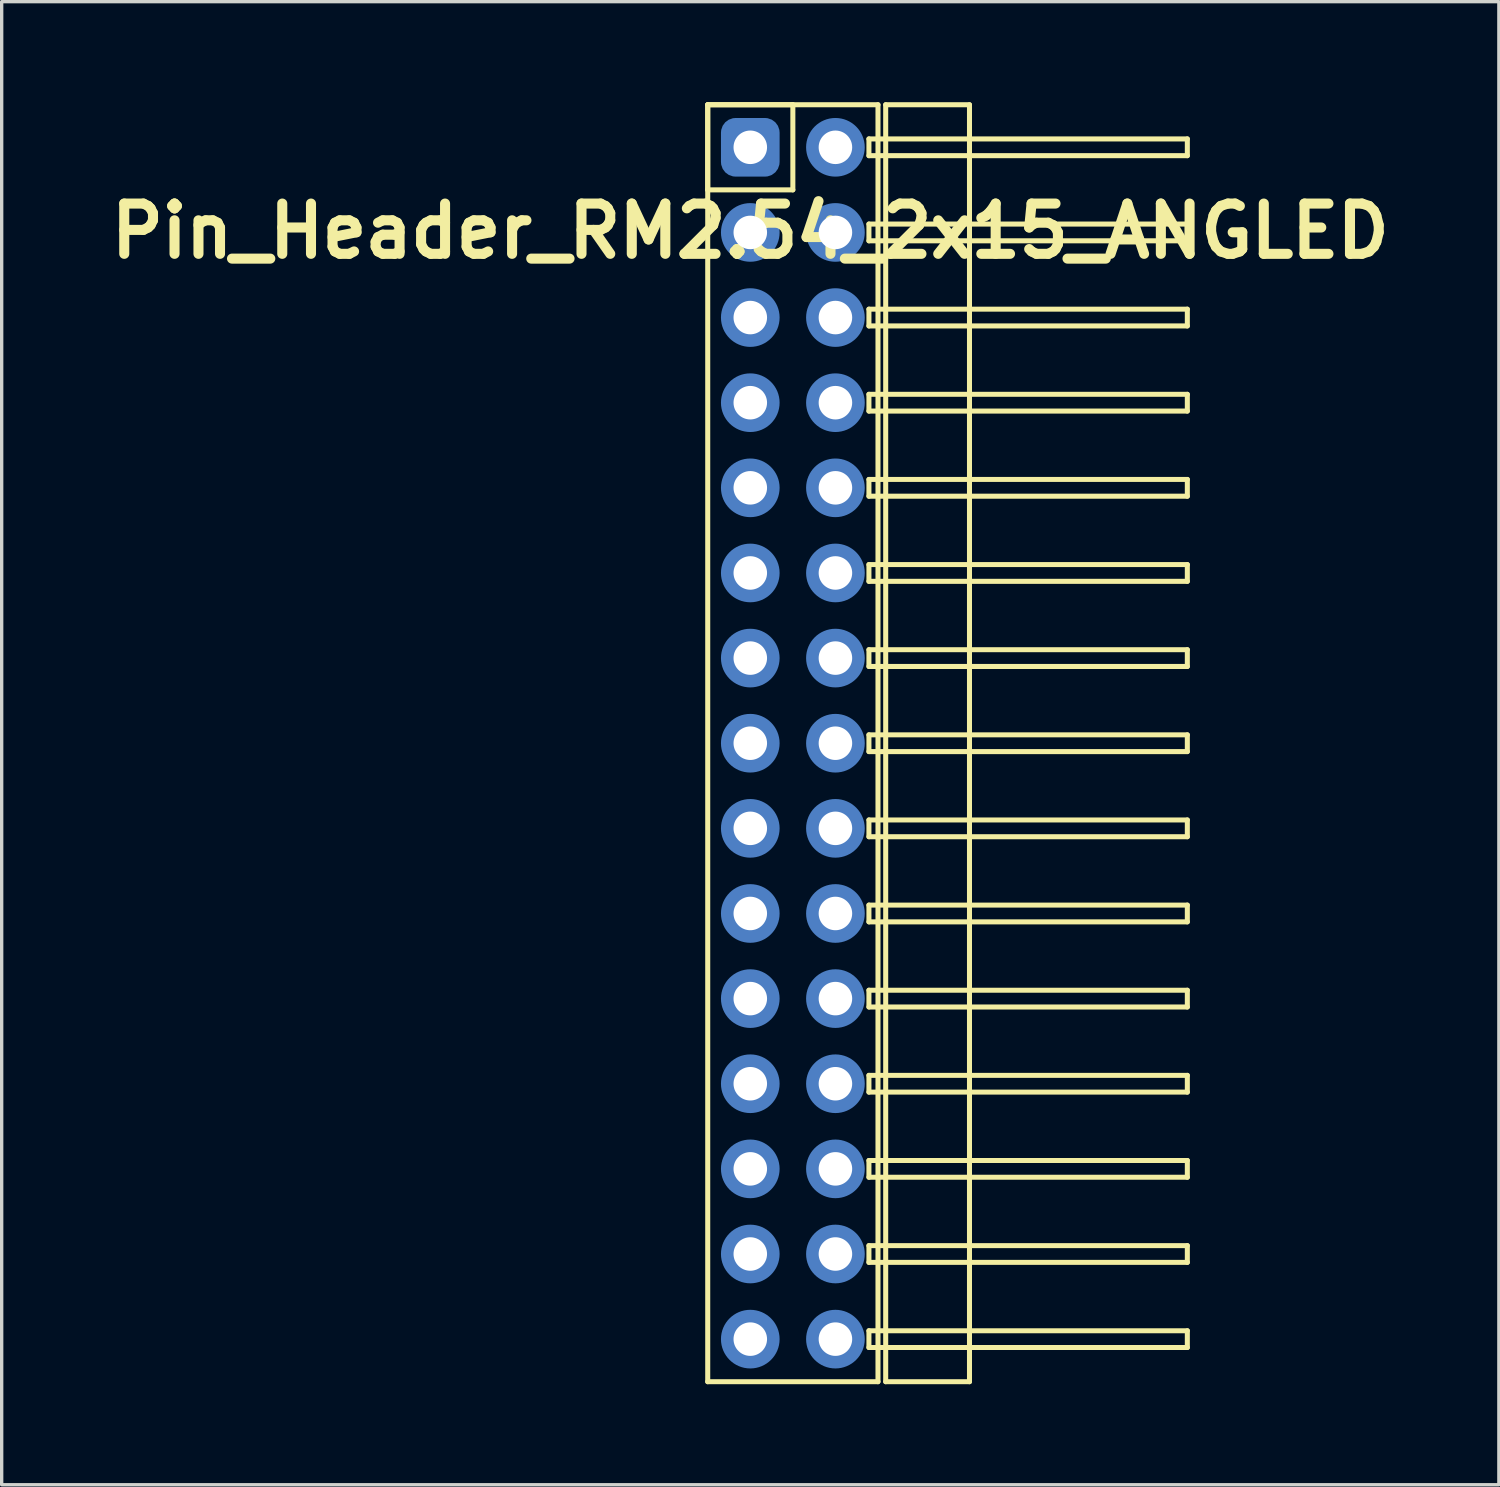
<source format=kicad_pcb>
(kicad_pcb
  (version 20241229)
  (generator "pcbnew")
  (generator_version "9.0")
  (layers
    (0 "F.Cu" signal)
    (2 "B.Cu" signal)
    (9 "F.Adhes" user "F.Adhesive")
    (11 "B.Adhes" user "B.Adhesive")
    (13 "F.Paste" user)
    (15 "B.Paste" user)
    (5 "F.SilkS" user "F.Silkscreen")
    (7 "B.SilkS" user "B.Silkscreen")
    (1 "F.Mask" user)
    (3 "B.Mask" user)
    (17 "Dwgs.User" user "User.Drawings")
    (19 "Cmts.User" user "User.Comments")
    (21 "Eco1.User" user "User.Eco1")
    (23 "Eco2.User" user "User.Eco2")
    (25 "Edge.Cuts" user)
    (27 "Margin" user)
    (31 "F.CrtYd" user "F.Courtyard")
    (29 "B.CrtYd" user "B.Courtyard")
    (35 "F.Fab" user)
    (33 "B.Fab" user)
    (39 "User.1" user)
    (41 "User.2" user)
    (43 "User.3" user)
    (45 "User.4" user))
  (footprint "Pin_Header_RM2.54_2x15_ANGLED"
    (layer "F.Cu")
    (at 19.336 1.345)
    (property "Reference" "Pin_Header_RM2.54_2x15_ANGLED" (at 0 2.5 0) (layer "F.SilkS") (effects (font (size 1.5 1.5) (thickness 0.3))))
    (attr through_hole)
    (fp_line (start -1.27 -1.27) (end 1.27 -1.27) (stroke (width 0.15) (type solid)) (layer "F.SilkS"))
    (fp_line (start -1.27 -1.27) (end 3.81 -1.27) (stroke (width 0.15) (type solid)) (layer "F.SilkS"))
    (fp_line (start -1.27 1.27) (end -1.27 -1.27) (stroke (width 0.15) (type solid)) (layer "F.SilkS"))
    (fp_line (start -1.27 36.83) (end -1.27 -1.27) (stroke (width 0.15) (type solid)) (layer "F.SilkS"))
    (fp_line (start 1.27 -1.27) (end 1.27 1.27) (stroke (width 0.15) (type solid)) (layer "F.SilkS"))
    (fp_line (start 1.27 1.27) (end -1.27 1.27) (stroke (width 0.15) (type solid)) (layer "F.SilkS"))
    (fp_line (start 3.54 -0.25) (end 13.04 -0.25) (stroke (width 0.15) (type solid)) (layer "F.SilkS"))
    (fp_line (start 3.54 0.25) (end 3.54 -0.25) (stroke (width 0.15) (type solid)) (layer "F.SilkS"))
    (fp_line (start 3.54 2.29) (end 13.04 2.29) (stroke (width 0.15) (type solid)) (layer "F.SilkS"))
    (fp_line (start 3.54 2.79) (end 3.54 2.29) (stroke (width 0.15) (type solid)) (layer "F.SilkS"))
    (fp_line (start 3.54 4.83) (end 13.04 4.83) (stroke (width 0.15) (type solid)) (layer "F.SilkS"))
    (fp_line (start 3.54 5.33) (end 3.54 4.83) (stroke (width 0.15) (type solid)) (layer "F.SilkS"))
    (fp_line (start 3.54 7.37) (end 13.04 7.37) (stroke (width 0.15) (type solid)) (layer "F.SilkS"))
    (fp_line (start 3.54 7.87) (end 3.54 7.37) (stroke (width 0.15) (type solid)) (layer "F.SilkS"))
    (fp_line (start 3.54 9.91) (end 13.04 9.91) (stroke (width 0.15) (type solid)) (layer "F.SilkS"))
    (fp_line (start 3.54 10.41) (end 3.54 9.91) (stroke (width 0.15) (type solid)) (layer "F.SilkS"))
    (fp_line (start 3.54 12.45) (end 13.04 12.45) (stroke (width 0.15) (type solid)) (layer "F.SilkS"))
    (fp_line (start 3.54 12.95) (end 3.54 12.45) (stroke (width 0.15) (type solid)) (layer "F.SilkS"))
    (fp_line (start 3.54 14.99) (end 13.04 14.99) (stroke (width 0.15) (type solid)) (layer "F.SilkS"))
    (fp_line (start 3.54 15.49) (end 3.54 14.99) (stroke (width 0.15) (type solid)) (layer "F.SilkS"))
    (fp_line (start 3.54 17.53) (end 13.04 17.53) (stroke (width 0.15) (type solid)) (layer "F.SilkS"))
    (fp_line (start 3.54 18.03) (end 3.54 17.53) (stroke (width 0.15) (type solid)) (layer "F.SilkS"))
    (fp_line (start 3.54 20.07) (end 13.04 20.07) (stroke (width 0.15) (type solid)) (layer "F.SilkS"))
    (fp_line (start 3.54 20.57) (end 3.54 20.07) (stroke (width 0.15) (type solid)) (layer "F.SilkS"))
    (fp_line (start 3.54 22.61) (end 13.04 22.61) (stroke (width 0.15) (type solid)) (layer "F.SilkS"))
    (fp_line (start 3.54 23.11) (end 3.54 22.61) (stroke (width 0.15) (type solid)) (layer "F.SilkS"))
    (fp_line (start 3.54 25.15) (end 13.04 25.15) (stroke (width 0.15) (type solid)) (layer "F.SilkS"))
    (fp_line (start 3.54 25.65) (end 3.54 25.15) (stroke (width 0.15) (type solid)) (layer "F.SilkS"))
    (fp_line (start 3.54 27.69) (end 13.04 27.69) (stroke (width 0.15) (type solid)) (layer "F.SilkS"))
    (fp_line (start 3.54 28.19) (end 3.54 27.69) (stroke (width 0.15) (type solid)) (layer "F.SilkS"))
    (fp_line (start 3.54 30.23) (end 13.04 30.23) (stroke (width 0.15) (type solid)) (layer "F.SilkS"))
    (fp_line (start 3.54 30.73) (end 3.54 30.23) (stroke (width 0.15) (type solid)) (layer "F.SilkS"))
    (fp_line (start 3.54 32.77) (end 13.04 32.77) (stroke (width 0.15) (type solid)) (layer "F.SilkS"))
    (fp_line (start 3.54 33.27) (end 3.54 32.77) (stroke (width 0.15) (type solid)) (layer "F.SilkS"))
    (fp_line (start 3.54 35.31) (end 13.04 35.31) (stroke (width 0.15) (type solid)) (layer "F.SilkS"))
    (fp_line (start 3.54 35.81) (end 3.54 35.31) (stroke (width 0.15) (type solid)) (layer "F.SilkS"))
    (fp_line (start 3.81 -1.27) (end 3.81 36.83) (stroke (width 0.15) (type solid)) (layer "F.SilkS"))
    (fp_line (start 3.81 36.83) (end -1.27 36.83) (stroke (width 0.15) (type solid)) (layer "F.SilkS"))
    (fp_line (start 4.04 -1.27) (end 6.54 -1.27) (stroke (width 0.15) (type solid)) (layer "F.SilkS"))
    (fp_line (start 4.04 36.83) (end 4.04 -1.27) (stroke (width 0.15) (type solid)) (layer "F.SilkS"))
    (fp_line (start 6.54 -1.27) (end 6.54 36.83) (stroke (width 0.15) (type solid)) (layer "F.SilkS"))
    (fp_line (start 6.54 36.83) (end 4.04 36.83) (stroke (width 0.15) (type solid)) (layer "F.SilkS"))
    (fp_line (start 13.04 -0.25) (end 13.04 0.25) (stroke (width 0.15) (type solid)) (layer "F.SilkS"))
    (fp_line (start 13.04 0.25) (end 3.54 0.25) (stroke (width 0.15) (type solid)) (layer "F.SilkS"))
    (fp_line (start 13.04 2.29) (end 13.04 2.79) (stroke (width 0.15) (type solid)) (layer "F.SilkS"))
    (fp_line (start 13.04 2.79) (end 3.54 2.79) (stroke (width 0.15) (type solid)) (layer "F.SilkS"))
    (fp_line (start 13.04 4.83) (end 13.04 5.33) (stroke (width 0.15) (type solid)) (layer "F.SilkS"))
    (fp_line (start 13.04 5.33) (end 3.54 5.33) (stroke (width 0.15) (type solid)) (layer "F.SilkS"))
    (fp_line (start 13.04 7.37) (end 13.04 7.87) (stroke (width 0.15) (type solid)) (layer "F.SilkS"))
    (fp_line (start 13.04 7.87) (end 3.54 7.87) (stroke (width 0.15) (type solid)) (layer "F.SilkS"))
    (fp_line (start 13.04 9.91) (end 13.04 10.41) (stroke (width 0.15) (type solid)) (layer "F.SilkS"))
    (fp_line (start 13.04 10.41) (end 3.54 10.41) (stroke (width 0.15) (type solid)) (layer "F.SilkS"))
    (fp_line (start 13.04 12.45) (end 13.04 12.95) (stroke (width 0.15) (type solid)) (layer "F.SilkS"))
    (fp_line (start 13.04 12.95) (end 3.54 12.95) (stroke (width 0.15) (type solid)) (layer "F.SilkS"))
    (fp_line (start 13.04 14.99) (end 13.04 15.49) (stroke (width 0.15) (type solid)) (layer "F.SilkS"))
    (fp_line (start 13.04 15.49) (end 3.54 15.49) (stroke (width 0.15) (type solid)) (layer "F.SilkS"))
    (fp_line (start 13.04 17.53) (end 13.04 18.03) (stroke (width 0.15) (type solid)) (layer "F.SilkS"))
    (fp_line (start 13.04 18.03) (end 3.54 18.03) (stroke (width 0.15) (type solid)) (layer "F.SilkS"))
    (fp_line (start 13.04 20.07) (end 13.04 20.57) (stroke (width 0.15) (type solid)) (layer "F.SilkS"))
    (fp_line (start 13.04 20.57) (end 3.54 20.57) (stroke (width 0.15) (type solid)) (layer "F.SilkS"))
    (fp_line (start 13.04 22.61) (end 13.04 23.11) (stroke (width 0.15) (type solid)) (layer "F.SilkS"))
    (fp_line (start 13.04 23.11) (end 3.54 23.11) (stroke (width 0.15) (type solid)) (layer "F.SilkS"))
    (fp_line (start 13.04 25.15) (end 13.04 25.65) (stroke (width 0.15) (type solid)) (layer "F.SilkS"))
    (fp_line (start 13.04 25.65) (end 3.54 25.65) (stroke (width 0.15) (type solid)) (layer "F.SilkS"))
    (fp_line (start 13.04 27.69) (end 13.04 28.19) (stroke (width 0.15) (type solid)) (layer "F.SilkS"))
    (fp_line (start 13.04 28.19) (end 3.54 28.19) (stroke (width 0.15) (type solid)) (layer "F.SilkS"))
    (fp_line (start 13.04 30.23) (end 13.04 30.73) (stroke (width 0.15) (type solid)) (layer "F.SilkS"))
    (fp_line (start 13.04 30.73) (end 3.54 30.73) (stroke (width 0.15) (type solid)) (layer "F.SilkS"))
    (fp_line (start 13.04 32.77) (end 13.04 33.27) (stroke (width 0.15) (type solid)) (layer "F.SilkS"))
    (fp_line (start 13.04 33.27) (end 3.54 33.27) (stroke (width 0.15) (type solid)) (layer "F.SilkS"))
    (fp_line (start 13.04 35.31) (end 13.04 35.81) (stroke (width 0.15) (type solid)) (layer "F.SilkS"))
    (fp_line (start 13.04 35.81) (end 3.54 35.81) (stroke (width 0.15) (type solid)) (layer "F.SilkS"))
    (pad "1" thru_hole circle (at 0 0) (size 1.3 1.3) (drill 1) (layers "*.Cu" "*.Mask"))
    (pad "1" smd roundrect (at 0 0) (size 1.5 1.5) (layers "F.Cu" "F.Mask") (roundrect_rratio 0.25))
    (pad "1" smd roundrect (at 0 0) (size 1.75 1.75) (layers "B.Cu" "B.Mask") (roundrect_rratio 0.25))
    (pad "2" thru_hole circle (at 2.54 0) (size 1.3 1.3) (drill 1) (layers "*.Cu" "*.Mask"))
    (pad "2" smd circle (at 2.54 0) (size 1.5 1.5) (layers "F.Cu" "F.Mask"))
    (pad "2" smd circle (at 2.54 0) (size 1.75 1.75) (layers "B.Cu" "B.Mask"))
    (pad "3" thru_hole circle (at 0 2.54) (size 1.3 1.3) (drill 1) (layers "*.Cu" "*.Mask"))
    (pad "3" smd circle (at 0 2.54) (size 1.5 1.5) (layers "F.Cu" "F.Mask"))
    (pad "3" smd circle (at 0 2.54) (size 1.75 1.75) (layers "B.Cu" "B.Mask"))
    (pad "4" thru_hole circle (at 2.54 2.54) (size 1.3 1.3) (drill 1) (layers "*.Cu" "*.Mask"))
    (pad "4" smd circle (at 2.54 2.54) (size 1.5 1.5) (layers "F.Cu" "F.Mask"))
    (pad "4" smd circle (at 2.54 2.54) (size 1.75 1.75) (layers "B.Cu" "B.Mask"))
    (pad "5" thru_hole circle (at 0 5.08) (size 1.3 1.3) (drill 1) (layers "*.Cu" "*.Mask"))
    (pad "5" smd circle (at 0 5.08) (size 1.5 1.5) (layers "F.Cu" "F.Mask"))
    (pad "5" smd circle (at 0 5.08) (size 1.75 1.75) (layers "B.Cu" "B.Mask"))
    (pad "6" thru_hole circle (at 2.54 5.08) (size 1.3 1.3) (drill 1) (layers "*.Cu" "*.Mask"))
    (pad "6" smd circle (at 2.54 5.08) (size 1.5 1.5) (layers "F.Cu" "F.Mask"))
    (pad "6" smd circle (at 2.54 5.08) (size 1.75 1.75) (layers "B.Cu" "B.Mask"))
    (pad "7" thru_hole circle (at 0 7.62) (size 1.3 1.3) (drill 1) (layers "*.Cu" "*.Mask"))
    (pad "7" smd circle (at 0 7.62) (size 1.5 1.5) (layers "F.Cu" "F.Mask"))
    (pad "7" smd circle (at 0 7.62) (size 1.75 1.75) (layers "B.Cu" "B.Mask"))
    (pad "8" thru_hole circle (at 2.54 7.62) (size 1.3 1.3) (drill 1) (layers "*.Cu" "*.Mask"))
    (pad "8" smd circle (at 2.54 7.62) (size 1.5 1.5) (layers "F.Cu" "F.Mask"))
    (pad "8" smd circle (at 2.54 7.62) (size 1.75 1.75) (layers "B.Cu" "B.Mask"))
    (pad "9" thru_hole circle (at 0 10.16) (size 1.3 1.3) (drill 1) (layers "*.Cu" "*.Mask"))
    (pad "9" smd circle (at 0 10.16) (size 1.5 1.5) (layers "F.Cu" "F.Mask"))
    (pad "9" smd circle (at 0 10.16) (size 1.75 1.75) (layers "B.Cu" "B.Mask"))
    (pad "10" thru_hole circle (at 2.54 10.16) (size 1.3 1.3) (drill 1) (layers "*.Cu" "*.Mask"))
    (pad "10" smd circle (at 2.54 10.16) (size 1.5 1.5) (layers "F.Cu" "F.Mask"))
    (pad "10" smd circle (at 2.54 10.16) (size 1.75 1.75) (layers "B.Cu" "B.Mask"))
    (pad "11" thru_hole circle (at 0 12.7) (size 1.3 1.3) (drill 1) (layers "*.Cu" "*.Mask"))
    (pad "11" smd circle (at 0 12.7) (size 1.5 1.5) (layers "F.Cu" "F.Mask"))
    (pad "11" smd circle (at 0 12.7) (size 1.75 1.75) (layers "B.Cu" "B.Mask"))
    (pad "12" thru_hole circle (at 2.54 12.7) (size 1.3 1.3) (drill 1) (layers "*.Cu" "*.Mask"))
    (pad "12" smd circle (at 2.54 12.7) (size 1.5 1.5) (layers "F.Cu" "F.Mask"))
    (pad "12" smd circle (at 2.54 12.7) (size 1.75 1.75) (layers "B.Cu" "B.Mask"))
    (pad "13" thru_hole circle (at 0 15.24) (size 1.3 1.3) (drill 1) (layers "*.Cu" "*.Mask"))
    (pad "13" smd circle (at 0 15.24) (size 1.5 1.5) (layers "F.Cu" "F.Mask"))
    (pad "13" smd circle (at 0 15.24) (size 1.75 1.75) (layers "B.Cu" "B.Mask"))
    (pad "14" thru_hole circle (at 2.54 15.24) (size 1.3 1.3) (drill 1) (layers "*.Cu" "*.Mask"))
    (pad "14" smd circle (at 2.54 15.24) (size 1.5 1.5) (layers "F.Cu" "F.Mask"))
    (pad "14" smd circle (at 2.54 15.24) (size 1.75 1.75) (layers "B.Cu" "B.Mask"))
    (pad "15" thru_hole circle (at 0 17.78) (size 1.3 1.3) (drill 1) (layers "*.Cu" "*.Mask"))
    (pad "15" smd circle (at 0 17.78) (size 1.5 1.5) (layers "F.Cu" "F.Mask"))
    (pad "15" smd circle (at 0 17.78) (size 1.75 1.75) (layers "B.Cu" "B.Mask"))
    (pad "16" thru_hole circle (at 2.54 17.78) (size 1.3 1.3) (drill 1) (layers "*.Cu" "*.Mask"))
    (pad "16" smd circle (at 2.54 17.78) (size 1.5 1.5) (layers "F.Cu" "F.Mask"))
    (pad "16" smd circle (at 2.54 17.78) (size 1.75 1.75) (layers "B.Cu" "B.Mask"))
    (pad "17" thru_hole circle (at 0 20.32) (size 1.3 1.3) (drill 1) (layers "*.Cu" "*.Mask"))
    (pad "17" smd circle (at 0 20.32) (size 1.5 1.5) (layers "F.Cu" "F.Mask"))
    (pad "17" smd circle (at 0 20.32) (size 1.75 1.75) (layers "B.Cu" "B.Mask"))
    (pad "18" thru_hole circle (at 2.54 20.32) (size 1.3 1.3) (drill 1) (layers "*.Cu" "*.Mask"))
    (pad "18" smd circle (at 2.54 20.32) (size 1.5 1.5) (layers "F.Cu" "F.Mask"))
    (pad "18" smd circle (at 2.54 20.32) (size 1.75 1.75) (layers "B.Cu" "B.Mask"))
    (pad "19" thru_hole circle (at 0 22.86) (size 1.3 1.3) (drill 1) (layers "*.Cu" "*.Mask"))
    (pad "19" smd circle (at 0 22.86) (size 1.5 1.5) (layers "F.Cu" "F.Mask"))
    (pad "19" smd circle (at 0 22.86) (size 1.75 1.75) (layers "B.Cu" "B.Mask"))
    (pad "20" thru_hole circle (at 2.54 22.86) (size 1.3 1.3) (drill 1) (layers "*.Cu" "*.Mask"))
    (pad "20" smd circle (at 2.54 22.86) (size 1.5 1.5) (layers "F.Cu" "F.Mask"))
    (pad "20" smd circle (at 2.54 22.86) (size 1.75 1.75) (layers "B.Cu" "B.Mask"))
    (pad "21" thru_hole circle (at 0 25.4) (size 1.3 1.3) (drill 1) (layers "*.Cu" "*.Mask"))
    (pad "21" smd circle (at 0 25.4) (size 1.5 1.5) (layers "F.Cu" "F.Mask"))
    (pad "21" smd circle (at 0 25.4) (size 1.75 1.75) (layers "B.Cu" "B.Mask"))
    (pad "22" thru_hole circle (at 2.54 25.4) (size 1.3 1.3) (drill 1) (layers "*.Cu" "*.Mask"))
    (pad "22" smd circle (at 2.54 25.4) (size 1.5 1.5) (layers "F.Cu" "F.Mask"))
    (pad "22" smd circle (at 2.54 25.4) (size 1.75 1.75) (layers "B.Cu" "B.Mask"))
    (pad "23" thru_hole circle (at 0 27.94) (size 1.3 1.3) (drill 1) (layers "*.Cu" "*.Mask"))
    (pad "23" smd circle (at 0 27.94) (size 1.5 1.5) (layers "F.Cu" "F.Mask"))
    (pad "23" smd circle (at 0 27.94) (size 1.75 1.75) (layers "B.Cu" "B.Mask"))
    (pad "24" thru_hole circle (at 2.54 27.94) (size 1.3 1.3) (drill 1) (layers "*.Cu" "*.Mask"))
    (pad "24" smd circle (at 2.54 27.94) (size 1.5 1.5) (layers "F.Cu" "F.Mask"))
    (pad "24" smd circle (at 2.54 27.94) (size 1.75 1.75) (layers "B.Cu" "B.Mask"))
    (pad "25" thru_hole circle (at 0 30.48) (size 1.3 1.3) (drill 1) (layers "*.Cu" "*.Mask"))
    (pad "25" smd circle (at 0 30.48) (size 1.5 1.5) (layers "F.Cu" "F.Mask"))
    (pad "25" smd circle (at 0 30.48) (size 1.75 1.75) (layers "B.Cu" "B.Mask"))
    (pad "26" thru_hole circle (at 2.54 30.48) (size 1.3 1.3) (drill 1) (layers "*.Cu" "*.Mask"))
    (pad "26" smd circle (at 2.54 30.48) (size 1.5 1.5) (layers "F.Cu" "F.Mask"))
    (pad "26" smd circle (at 2.54 30.48) (size 1.75 1.75) (layers "B.Cu" "B.Mask"))
    (pad "27" thru_hole circle (at 0 33.02) (size 1.3 1.3) (drill 1) (layers "*.Cu" "*.Mask"))
    (pad "27" smd circle (at 0 33.02) (size 1.5 1.5) (layers "F.Cu" "F.Mask"))
    (pad "27" smd circle (at 0 33.02) (size 1.75 1.75) (layers "B.Cu" "B.Mask"))
    (pad "28" thru_hole circle (at 2.54 33.02) (size 1.3 1.3) (drill 1) (layers "*.Cu" "*.Mask"))
    (pad "28" smd circle (at 2.54 33.02) (size 1.5 1.5) (layers "F.Cu" "F.Mask"))
    (pad "28" smd circle (at 2.54 33.02) (size 1.75 1.75) (layers "B.Cu" "B.Mask"))
    (pad "29" thru_hole circle (at 0 35.56) (size 1.3 1.3) (drill 1) (layers "*.Cu" "*.Mask"))
    (pad "29" smd circle (at 0 35.56) (size 1.5 1.5) (layers "F.Cu" "F.Mask"))
    (pad "29" smd circle (at 0 35.56) (size 1.75 1.75) (layers "B.Cu" "B.Mask"))
    (pad "30" thru_hole circle (at 2.54 35.56) (size 1.3 1.3) (drill 1) (layers "*.Cu" "*.Mask"))
    (pad "30" smd circle (at 2.54 35.56) (size 1.5 1.5) (layers "F.Cu" "F.Mask"))
    (pad "30" smd circle (at 2.54 35.56) (size 1.75 1.75) (layers "B.Cu" "B.Mask")))
  (gr_rect
    (start -3 -3)
    (end 41.671 41.25)
    (stroke (width 0.1) (type default))
    (fill no)
    (layer "Edge.Cuts")))
</source>
